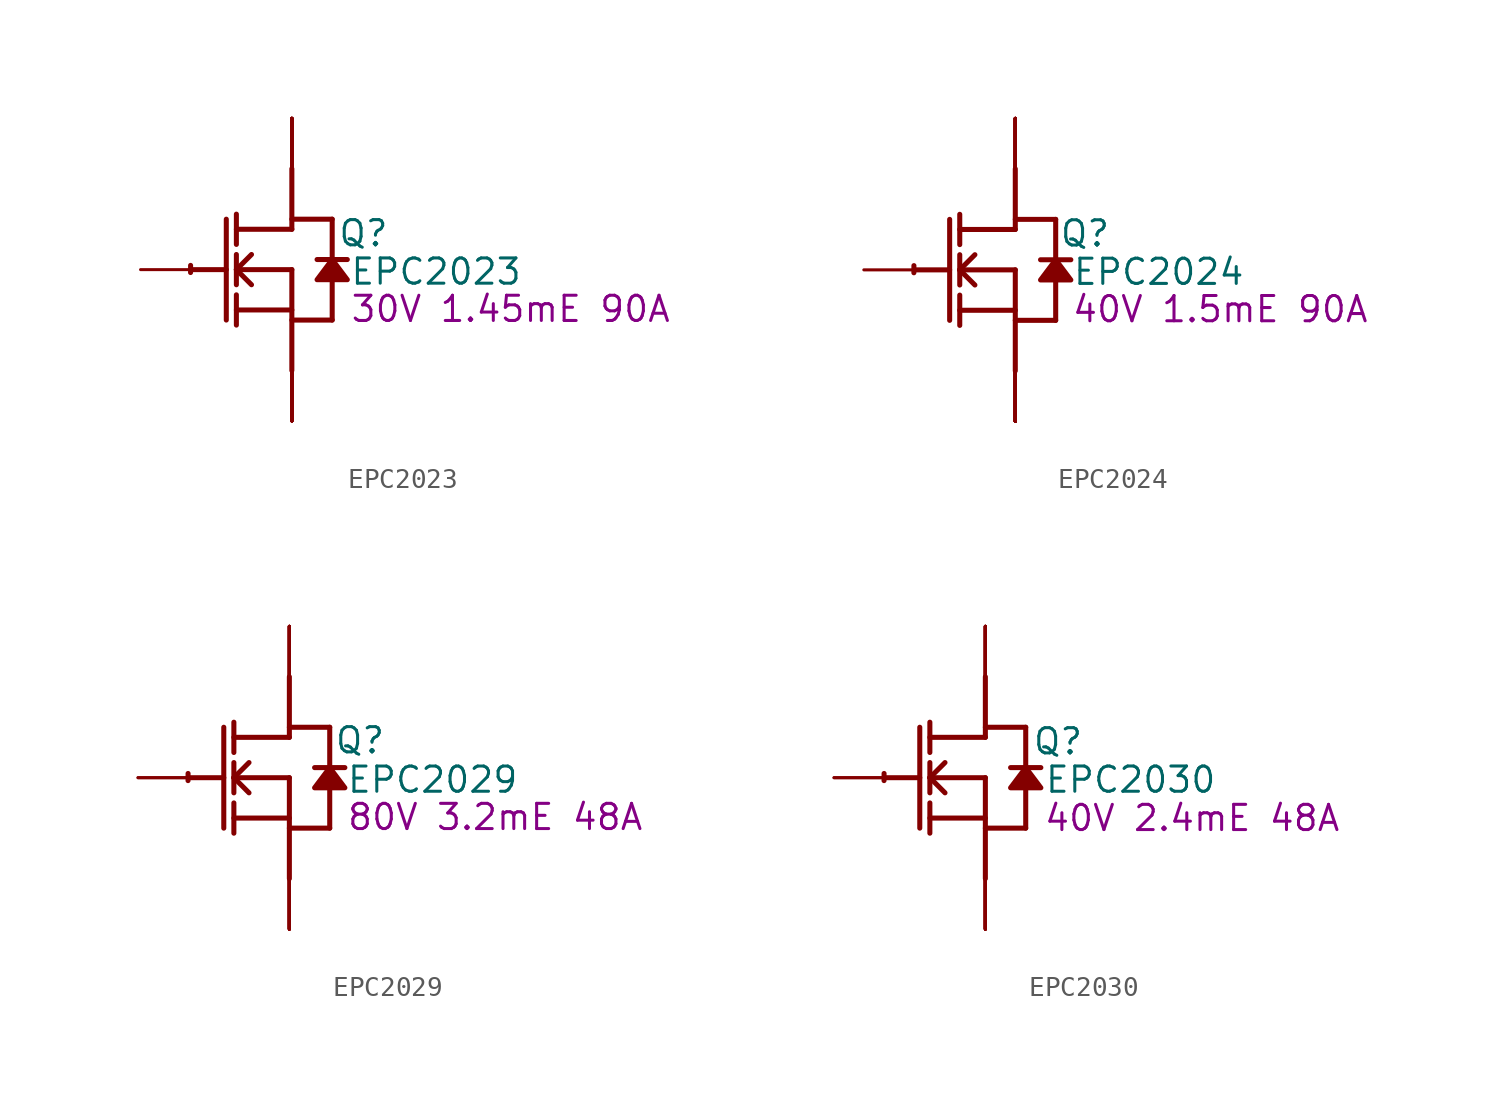
<source format=kicad_sym>
(kicad_symbol_lib
  (version 20231120)
  (generator "kicad_symbol_editor")
  (generator_version "8.0")
  (symbol "EPC2023"
    (property "Reference" "Q"
      (at 3.607 1.829 0)
      (effects (font (size 1.27 1.27))))
    (property "Value" "EPC2023"
      (at 7.264 -0.102 0)
      (effects (font (size 1.27 1.27))))
    (property "Description" "30V 1.45mE 90A"
      (at 11.024 -1.981 0)
      (effects (font (size 1.27 1.27))))
    (symbol "EPC2023_1_0"
      (arc (start -5.0996 0.2128) (mid -5.1039 0.0331) (end -5.1019 -0.1467) (stroke (width 0.254) (type solid)) (fill (type none)))
      (polyline (pts (xy -5.08 0) (xy -3.302 0)) (stroke (width 0.254) (type solid)) (fill (type none)))
      (polyline (pts (xy -3.302 2.54) (xy -3.302 -2.54)) (stroke (width 0.254) (type solid)) (fill (type none)))
      (polyline (pts (xy -2.794 -2.794) (xy -2.794 -1.27)) (stroke (width 0.254) (type solid)) (fill (type none)))
      (polyline (pts (xy -2.794 -2.032) (xy 0 -2.032)) (stroke (width 0.254) (type solid)) (fill (type none)))
      (polyline (pts (xy -2.794 -0.762) (xy -2.794 0.762)) (stroke (width 0.254) (type solid)) (fill (type none)))
      (polyline (pts (xy -2.794 0) (xy -2.032 0.762)) (stroke (width 0.254) (type solid)) (fill (type none)))
      (polyline (pts (xy -2.794 0) (xy 0 0)) (stroke (width 0.254) (type solid)) (fill (type none)))
      (polyline (pts (xy -2.794 1.27) (xy -2.794 2.794)) (stroke (width 0.254) (type solid)) (fill (type none)))
      (polyline (pts (xy -2.032 -0.762) (xy -2.794 0)) (stroke (width 0.254) (type solid)) (fill (type none)))
      (polyline (pts (xy 0 -2.54) (xy 2.032 -2.54)) (stroke (width 0.254) (type solid)) (fill (type none)))
      (polyline (pts (xy 0 0) (xy 0 -5.08)) (stroke (width 0.254) (type solid)) (fill (type none)))
      (polyline (pts (xy 0 2.032) (xy -2.794 2.032)) (stroke (width 0.254) (type solid)) (fill (type none)))
      (polyline (pts (xy 0 2.032) (xy 0 5.08)) (stroke (width 0.254) (type solid)) (fill (type none)))
      (polyline (pts (xy 0 2.54) (xy 2.032 2.54)) (stroke (width 0.254) (type solid)) (fill (type none)))
      (polyline (pts (xy 2.032 -0.508) (xy 2.032 -2.54)) (stroke (width 0.254) (type solid)) (fill (type none)))
      (polyline (pts (xy 2.032 2.54) (xy 2.032 0.508)) (stroke (width 0.254) (type solid)) (fill (type none)))
      (polyline (pts (xy 2.794 0.508) (xy 1.27 0.508)) (stroke (width 0.254) (type solid)) (fill (type none)))
      (polyline (pts (xy 2.032 0.508) (xy 1.27 -0.508) (xy 2.794 -0.508) (xy 2.032 0.508)) (stroke (width 0.254) (type solid)) (fill (type outline)))
      (pin passive line (at -7.62 0 0) (length 2.54) (name "G" (effects (font (size 0 0)))) (number "1" (effects (font (size 0 0)))))
      (pin open_emitter line (at 0 -7.62 90) (length 2.54) (name "S5" (effects (font (size 0 0)))) (number "10" (effects (font (size 0 0)))))
      (pin open_collector line (at 0 7.62 270) (length 2.54) (name "D5" (effects (font (size 0 0)))) (number "11" (effects (font (size 0 0)))))
      (pin open_collector line (at 0 7.62 270) (length 2.54) (name "D6" (effects (font (size 0 0)))) (number "12" (effects (font (size 0 0)))))
      (pin open_emitter line (at 0 -7.62 90) (length 2.54) (name "S6" (effects (font (size 0 0)))) (number "13" (effects (font (size 0 0)))))
      (pin open_emitter line (at 0 -7.62 90) (length 2.54) (name "S7" (effects (font (size 0 0)))) (number "14" (effects (font (size 0 0)))))
      (pin open_collector line (at 0 7.62 270) (length 2.54) (name "D7" (effects (font (size 0 0)))) (number "15" (effects (font (size 0 0)))))
      (pin open_collector line (at 0 7.62 270) (length 2.54) (name "D8" (effects (font (size 0 0)))) (number "16" (effects (font (size 0 0)))))
      (pin open_emitter line (at 0 -7.62 90) (length 2.54) (name "S8" (effects (font (size 0 0)))) (number "17" (effects (font (size 0 0)))))
      (pin open_emitter line (at 0 -7.62 90) (length 2.54) (name "S9" (effects (font (size 0 0)))) (number "18" (effects (font (size 0 0)))))
      (pin open_collector line (at 0 7.62 270) (length 2.54) (name "D9" (effects (font (size 0 0)))) (number "19" (effects (font (size 0 0)))))
      (pin open_emitter line (at 0 -7.62 90) (length 2.54) (name "S1" (effects (font (size 0 0)))) (number "2" (effects (font (size 0 0)))))
      (pin open_collector line (at 0 7.62 270) (length 2.54) (name "D10" (effects (font (size 0 0)))) (number "20" (effects (font (size 0 0)))))
      (pin open_emitter line (at 0 -7.62 90) (length 2.54) (name "S10" (effects (font (size 0 0)))) (number "21" (effects (font (size 0 0)))))
      (pin open_emitter line (at 0 -7.62 90) (length 2.54) (name "S11" (effects (font (size 0 0)))) (number "22" (effects (font (size 0 0)))))
      (pin open_collector line (at 0 7.62 270) (length 2.54) (name "D11" (effects (font (size 0 0)))) (number "23" (effects (font (size 0 0)))))
      (pin open_collector line (at 0 7.62 270) (length 2.54) (name "D12" (effects (font (size 0 0)))) (number "24" (effects (font (size 0 0)))))
      (pin open_emitter line (at 0 -7.62 90) (length 2.54) (name "S12" (effects (font (size 0 0)))) (number "25" (effects (font (size 0 0)))))
      (pin open_emitter line (at 0 -7.62 90) (length 2.54) (name "S13" (effects (font (size 0 0)))) (number "26" (effects (font (size 0 0)))))
      (pin open_collector line (at 0 7.62 270) (length 2.54) (name "D13" (effects (font (size 0 0)))) (number "27" (effects (font (size 0 0)))))
      (pin open_collector line (at 0 7.62 270) (length 2.54) (name "D14" (effects (font (size 0 0)))) (number "28" (effects (font (size 0 0)))))
      (pin open_emitter line (at 0 -7.62 90) (length 2.54) (name "S14" (effects (font (size 0 0)))) (number "29" (effects (font (size 0 0)))))
      (pin open_collector line (at 0 7.62 270) (length 2.54) (name "D1" (effects (font (size 0 0)))) (number "3" (effects (font (size 0 0)))))
      (pin open_emitter line (at 0 -7.62 90) (length 2.54) (name "Sub" (effects (font (size 0 0)))) (number "30" (effects (font (size 0 0)))))
      (pin open_collector line (at 0 7.62 270) (length 2.54) (name "D2" (effects (font (size 0 0)))) (number "4" (effects (font (size 0 0)))))
      (pin open_emitter line (at 0 -7.62 90) (length 2.54) (name "S2" (effects (font (size 0 0)))) (number "5" (effects (font (size 0 0)))))
      (pin open_emitter line (at 0 -7.62 90) (length 2.54) (name "S3" (effects (font (size 0 0)))) (number "6" (effects (font (size 0 0)))))
      (pin open_collector line (at 0 7.62 270) (length 2.54) (name "D3" (effects (font (size 0 0)))) (number "7" (effects (font (size 0 0)))))
      (pin open_collector line (at 0 7.62 270) (length 2.54) (name "D4" (effects (font (size 0 0)))) (number "8" (effects (font (size 0 0)))))
      (pin open_emitter line (at 0 -7.62 90) (length 2.54) (name "S4" (effects (font (size 0 0)))) (number "9" (effects (font (size 0 0)))))))
  (symbol "EPC2024"
    (property "Reference" "Q"
      (at 3.505 1.829 0)
      (effects (font (size 1.27 1.27))))
    (property "Value" "EPC2024"
      (at 7.214 -0.102 0)
      (effects (font (size 1.27 1.27))))
    (property "Description" "40V 1.5mE 90A"
      (at 10.312 -1.981 0)
      (effects (font (size 1.27 1.27))))
    (symbol "EPC2024_1_0"
      (arc (start -5.0996 0.2128) (mid -5.1039 0.0331) (end -5.1019 -0.1467) (stroke (width 0.254) (type solid)) (fill (type none)))
      (polyline (pts (xy -5.08 0) (xy -3.302 0)) (stroke (width 0.254) (type solid)) (fill (type none)))
      (polyline (pts (xy -3.302 2.54) (xy -3.302 -2.54)) (stroke (width 0.254) (type solid)) (fill (type none)))
      (polyline (pts (xy -2.794 -2.794) (xy -2.794 -1.27)) (stroke (width 0.254) (type solid)) (fill (type none)))
      (polyline (pts (xy -2.794 -2.032) (xy 0 -2.032)) (stroke (width 0.254) (type solid)) (fill (type none)))
      (polyline (pts (xy -2.794 -0.762) (xy -2.794 0.762)) (stroke (width 0.254) (type solid)) (fill (type none)))
      (polyline (pts (xy -2.794 0) (xy -2.032 0.762)) (stroke (width 0.254) (type solid)) (fill (type none)))
      (polyline (pts (xy -2.794 0) (xy 0 0)) (stroke (width 0.254) (type solid)) (fill (type none)))
      (polyline (pts (xy -2.794 1.27) (xy -2.794 2.794)) (stroke (width 0.254) (type solid)) (fill (type none)))
      (polyline (pts (xy -2.032 -0.762) (xy -2.794 0)) (stroke (width 0.254) (type solid)) (fill (type none)))
      (polyline (pts (xy 0 -2.54) (xy 2.032 -2.54)) (stroke (width 0.254) (type solid)) (fill (type none)))
      (polyline (pts (xy 0 0) (xy 0 -5.08)) (stroke (width 0.254) (type solid)) (fill (type none)))
      (polyline (pts (xy 0 2.032) (xy -2.794 2.032)) (stroke (width 0.254) (type solid)) (fill (type none)))
      (polyline (pts (xy 0 2.032) (xy 0 5.08)) (stroke (width 0.254) (type solid)) (fill (type none)))
      (polyline (pts (xy 0 2.54) (xy 2.032 2.54)) (stroke (width 0.254) (type solid)) (fill (type none)))
      (polyline (pts (xy 2.032 -0.508) (xy 2.032 -2.54)) (stroke (width 0.254) (type solid)) (fill (type none)))
      (polyline (pts (xy 2.032 2.54) (xy 2.032 0.508)) (stroke (width 0.254) (type solid)) (fill (type none)))
      (polyline (pts (xy 2.794 0.508) (xy 1.27 0.508)) (stroke (width 0.254) (type solid)) (fill (type none)))
      (polyline (pts (xy 2.032 0.508) (xy 1.27 -0.508) (xy 2.794 -0.508) (xy 2.032 0.508)) (stroke (width 0.254) (type solid)) (fill (type outline)))
      (pin passive line (at -7.62 0 0) (length 2.54) (name "G" (effects (font (size 0 0)))) (number "1" (effects (font (size 0 0)))))
      (pin open_emitter line (at 0 -7.62 90) (length 2.54) (name "S5" (effects (font (size 0 0)))) (number "10" (effects (font (size 0 0)))))
      (pin open_collector line (at 0 7.62 270) (length 2.54) (name "D5" (effects (font (size 0 0)))) (number "11" (effects (font (size 0 0)))))
      (pin open_collector line (at 0 7.62 270) (length 2.54) (name "D6" (effects (font (size 0 0)))) (number "12" (effects (font (size 0 0)))))
      (pin open_emitter line (at 0 -7.62 90) (length 2.54) (name "S6" (effects (font (size 0 0)))) (number "13" (effects (font (size 0 0)))))
      (pin open_emitter line (at 0 -7.62 90) (length 2.54) (name "S7" (effects (font (size 0 0)))) (number "14" (effects (font (size 0 0)))))
      (pin open_collector line (at 0 7.62 270) (length 2.54) (name "D7" (effects (font (size 0 0)))) (number "15" (effects (font (size 0 0)))))
      (pin open_collector line (at 0 7.62 270) (length 2.54) (name "D8" (effects (font (size 0 0)))) (number "16" (effects (font (size 0 0)))))
      (pin open_emitter line (at 0 -7.62 90) (length 2.54) (name "S8" (effects (font (size 0 0)))) (number "17" (effects (font (size 0 0)))))
      (pin open_emitter line (at 0 -7.62 90) (length 2.54) (name "S9" (effects (font (size 0 0)))) (number "18" (effects (font (size 0 0)))))
      (pin open_collector line (at 0 7.62 270) (length 2.54) (name "D9" (effects (font (size 0 0)))) (number "19" (effects (font (size 0 0)))))
      (pin open_emitter line (at 0 -7.62 90) (length 2.54) (name "S1" (effects (font (size 0 0)))) (number "2" (effects (font (size 0 0)))))
      (pin open_collector line (at 0 7.62 270) (length 2.54) (name "D10" (effects (font (size 0 0)))) (number "20" (effects (font (size 0 0)))))
      (pin open_emitter line (at 0 -7.62 90) (length 2.54) (name "S10" (effects (font (size 0 0)))) (number "21" (effects (font (size 0 0)))))
      (pin open_emitter line (at 0 -7.62 90) (length 2.54) (name "S11" (effects (font (size 0 0)))) (number "22" (effects (font (size 0 0)))))
      (pin open_collector line (at 0 7.62 270) (length 2.54) (name "D11" (effects (font (size 0 0)))) (number "23" (effects (font (size 0 0)))))
      (pin open_collector line (at 0 7.62 270) (length 2.54) (name "D12" (effects (font (size 0 0)))) (number "24" (effects (font (size 0 0)))))
      (pin open_emitter line (at 0 -7.62 90) (length 2.54) (name "S12" (effects (font (size 0 0)))) (number "25" (effects (font (size 0 0)))))
      (pin open_emitter line (at 0 -7.62 90) (length 2.54) (name "S13" (effects (font (size 0 0)))) (number "26" (effects (font (size 0 0)))))
      (pin open_collector line (at 0 7.62 270) (length 2.54) (name "D13" (effects (font (size 0 0)))) (number "27" (effects (font (size 0 0)))))
      (pin open_collector line (at 0 7.62 270) (length 2.54) (name "D14" (effects (font (size 0 0)))) (number "28" (effects (font (size 0 0)))))
      (pin open_emitter line (at 0 -7.62 90) (length 2.54) (name "S14" (effects (font (size 0 0)))) (number "29" (effects (font (size 0 0)))))
      (pin open_collector line (at 0 7.62 270) (length 2.54) (name "D1" (effects (font (size 0 0)))) (number "3" (effects (font (size 0 0)))))
      (pin open_emitter line (at 0 -7.62 90) (length 2.54) (name "Sub" (effects (font (size 0 0)))) (number "30" (effects (font (size 0 0)))))
      (pin open_collector line (at 0 7.62 270) (length 2.54) (name "D2" (effects (font (size 0 0)))) (number "4" (effects (font (size 0 0)))))
      (pin open_emitter line (at 0 -7.62 90) (length 2.54) (name "S2" (effects (font (size 0 0)))) (number "5" (effects (font (size 0 0)))))
      (pin open_emitter line (at 0 -7.62 90) (length 2.54) (name "S3" (effects (font (size 0 0)))) (number "6" (effects (font (size 0 0)))))
      (pin open_collector line (at 0 7.62 270) (length 2.54) (name "D3" (effects (font (size 0 0)))) (number "7" (effects (font (size 0 0)))))
      (pin open_collector line (at 0 7.62 270) (length 2.54) (name "D4" (effects (font (size 0 0)))) (number "8" (effects (font (size 0 0)))))
      (pin open_emitter line (at 0 -7.62 90) (length 2.54) (name "S4" (effects (font (size 0 0)))) (number "9" (effects (font (size 0 0)))))))
  (symbol "EPC2029"
    (property "Reference" "Q"
      (at 3.556 1.88 0)
      (effects (font (size 1.27 1.27))))
    (property "Value" "EPC2029"
      (at 7.214 -0.102 0)
      (effects (font (size 1.27 1.27))))
    (property "Description" "80V 3.2mE 48A"
      (at 10.363 -1.981 0)
      (effects (font (size 1.27 1.27))))
    (symbol "EPC2029_1_0"
      (arc (start -5.0996 0.2128) (mid -5.1039 0.0331) (end -5.1019 -0.1467) (stroke (width 0.254) (type solid)) (fill (type none)))
      (polyline (pts (xy -5.08 0) (xy -3.302 0)) (stroke (width 0.254) (type solid)) (fill (type none)))
      (polyline (pts (xy -3.302 2.54) (xy -3.302 -2.54)) (stroke (width 0.254) (type solid)) (fill (type none)))
      (polyline (pts (xy -2.794 -2.794) (xy -2.794 -1.27)) (stroke (width 0.254) (type solid)) (fill (type none)))
      (polyline (pts (xy -2.794 -2.032) (xy 0 -2.032)) (stroke (width 0.254) (type solid)) (fill (type none)))
      (polyline (pts (xy -2.794 -0.762) (xy -2.794 0.762)) (stroke (width 0.254) (type solid)) (fill (type none)))
      (polyline (pts (xy -2.794 0) (xy -2.032 0.762)) (stroke (width 0.254) (type solid)) (fill (type none)))
      (polyline (pts (xy -2.794 0) (xy 0 0)) (stroke (width 0.254) (type solid)) (fill (type none)))
      (polyline (pts (xy -2.794 1.27) (xy -2.794 2.794)) (stroke (width 0.254) (type solid)) (fill (type none)))
      (polyline (pts (xy -2.032 -0.762) (xy -2.794 0)) (stroke (width 0.254) (type solid)) (fill (type none)))
      (polyline (pts (xy 0 -2.54) (xy 2.032 -2.54)) (stroke (width 0.254) (type solid)) (fill (type none)))
      (polyline (pts (xy 0 0) (xy 0 -5.08)) (stroke (width 0.254) (type solid)) (fill (type none)))
      (polyline (pts (xy 0 2.032) (xy -2.794 2.032)) (stroke (width 0.254) (type solid)) (fill (type none)))
      (polyline (pts (xy 0 2.032) (xy 0 5.08)) (stroke (width 0.254) (type solid)) (fill (type none)))
      (polyline (pts (xy 0 2.54) (xy 2.032 2.54)) (stroke (width 0.254) (type solid)) (fill (type none)))
      (polyline (pts (xy 2.032 -0.508) (xy 2.032 -2.54)) (stroke (width 0.254) (type solid)) (fill (type none)))
      (polyline (pts (xy 2.032 2.54) (xy 2.032 0.508)) (stroke (width 0.254) (type solid)) (fill (type none)))
      (polyline (pts (xy 2.794 0.508) (xy 1.27 0.508)) (stroke (width 0.254) (type solid)) (fill (type none)))
      (polyline (pts (xy 2.032 0.508) (xy 1.27 -0.508) (xy 2.794 -0.508) (xy 2.032 0.508)) (stroke (width 0.254) (type solid)) (fill (type outline)))
      (pin passive line (at -7.62 0 0) (length 2.54) (name "G" (effects (font (size 0 0)))) (number "1" (effects (font (size 0 0)))))
      (pin open_emitter line (at 0 -7.62 90) (length 2.54) (name "S3" (effects (font (size 0 0)))) (number "10" (effects (font (size 0 0)))))
      (pin open_emitter line (at 0 -7.62 90) (length 2.54) (name "S4" (effects (font (size 0 0)))) (number "11" (effects (font (size 0 0)))))
      (pin open_emitter line (at 0 -7.62 90) (length 2.54) (name "Sub" (effects (font (size 0 0)))) (number "12" (effects (font (size 0 0)))))
      (pin open_emitter line (at 0 -7.62 90) (length 2.54) (name "S5" (effects (font (size 0 0)))) (number "13" (effects (font (size 0 0)))))
      (pin open_emitter line (at 0 -7.62 90) (length 2.54) (name "S6" (effects (font (size 0 0)))) (number "14" (effects (font (size 0 0)))))
      (pin open_collector line (at 0 7.62 270) (length 2.54) (name "D6" (effects (font (size 0 0)))) (number "15" (effects (font (size 0 0)))))
      (pin open_collector line (at 0 7.62 270) (length 2.54) (name "D7" (effects (font (size 0 0)))) (number "16" (effects (font (size 0 0)))))
      (pin open_collector line (at 0 7.62 270) (length 2.54) (name "D8" (effects (font (size 0 0)))) (number "17" (effects (font (size 0 0)))))
      (pin open_collector line (at 0 7.62 270) (length 2.54) (name "D9" (effects (font (size 0 0)))) (number "18" (effects (font (size 0 0)))))
      (pin open_collector line (at 0 7.62 270) (length 2.54) (name "D10" (effects (font (size 0 0)))) (number "19" (effects (font (size 0 0)))))
      (pin passive line (at -7.62 0 0) (length 2.54) (name "G" (effects (font (size 0 0)))) (number "2" (effects (font (size 0 0)))))
      (pin open_emitter line (at 0 -7.62 90) (length 2.54) (name "S7" (effects (font (size 0 0)))) (number "20" (effects (font (size 0 0)))))
      (pin open_emitter line (at 0 -7.62 90) (length 2.54) (name "S8" (effects (font (size 0 0)))) (number "21" (effects (font (size 0 0)))))
      (pin open_emitter line (at 0 -7.62 90) (length 2.54) (name "S9" (effects (font (size 0 0)))) (number "22" (effects (font (size 0 0)))))
      (pin open_emitter line (at 0 -7.62 90) (length 2.54) (name "S10" (effects (font (size 0 0)))) (number "23" (effects (font (size 0 0)))))
      (pin open_emitter line (at 0 -7.62 90) (length 2.54) (name "S11" (effects (font (size 0 0)))) (number "24" (effects (font (size 0 0)))))
      (pin open_emitter line (at 0 -7.62 90) (length 2.54) (name "S1" (effects (font (size 0 0)))) (number "3" (effects (font (size 0 0)))))
      (pin open_emitter line (at 0 -7.62 90) (length 2.54) (name "S2" (effects (font (size 0 0)))) (number "4" (effects (font (size 0 0)))))
      (pin open_collector line (at 0 7.62 270) (length 2.54) (name "D1" (effects (font (size 0 0)))) (number "5" (effects (font (size 0 0)))))
      (pin open_collector line (at 0 7.62 270) (length 2.54) (name "D2" (effects (font (size 0 0)))) (number "6" (effects (font (size 0 0)))))
      (pin open_collector line (at 0 7.62 270) (length 2.54) (name "D3" (effects (font (size 0 0)))) (number "7" (effects (font (size 0 0)))))
      (pin open_collector line (at 0 7.62 270) (length 2.54) (name "D4" (effects (font (size 0 0)))) (number "8" (effects (font (size 0 0)))))
      (pin open_collector line (at 0 7.62 270) (length 2.54) (name "D5" (effects (font (size 0 0)))) (number "9" (effects (font (size 0 0)))))))
  (symbol "EPC2030"
    (property "Reference" "Q"
      (at 3.658 1.829 0)
      (effects (font (size 1.27 1.27))))
    (property "Value" "EPC2030"
      (at 7.315 -0.102 0)
      (effects (font (size 1.27 1.27))))
    (property "Description" "40V 2.4mE 48A"
      (at 10.414 -2.032 0)
      (effects (font (size 1.27 1.27))))
    (symbol "EPC2030_1_0"
      (arc (start -5.0996 0.2128) (mid -5.1039 0.0331) (end -5.1019 -0.1467) (stroke (width 0.254) (type solid)) (fill (type none)))
      (polyline (pts (xy -5.08 0) (xy -3.302 0)) (stroke (width 0.254) (type solid)) (fill (type none)))
      (polyline (pts (xy -3.302 2.54) (xy -3.302 -2.54)) (stroke (width 0.254) (type solid)) (fill (type none)))
      (polyline (pts (xy -2.794 -2.794) (xy -2.794 -1.27)) (stroke (width 0.254) (type solid)) (fill (type none)))
      (polyline (pts (xy -2.794 -2.032) (xy 0 -2.032)) (stroke (width 0.254) (type solid)) (fill (type none)))
      (polyline (pts (xy -2.794 -0.762) (xy -2.794 0.762)) (stroke (width 0.254) (type solid)) (fill (type none)))
      (polyline (pts (xy -2.794 0) (xy -2.032 0.762)) (stroke (width 0.254) (type solid)) (fill (type none)))
      (polyline (pts (xy -2.794 0) (xy 0 0)) (stroke (width 0.254) (type solid)) (fill (type none)))
      (polyline (pts (xy -2.794 1.27) (xy -2.794 2.794)) (stroke (width 0.254) (type solid)) (fill (type none)))
      (polyline (pts (xy -2.032 -0.762) (xy -2.794 0)) (stroke (width 0.254) (type solid)) (fill (type none)))
      (polyline (pts (xy 0 -2.54) (xy 2.032 -2.54)) (stroke (width 0.254) (type solid)) (fill (type none)))
      (polyline (pts (xy 0 0) (xy 0 -5.08)) (stroke (width 0.254) (type solid)) (fill (type none)))
      (polyline (pts (xy 0 2.032) (xy -2.794 2.032)) (stroke (width 0.254) (type solid)) (fill (type none)))
      (polyline (pts (xy 0 2.032) (xy 0 5.08)) (stroke (width 0.254) (type solid)) (fill (type none)))
      (polyline (pts (xy 0 2.54) (xy 2.032 2.54)) (stroke (width 0.254) (type solid)) (fill (type none)))
      (polyline (pts (xy 2.032 -0.508) (xy 2.032 -2.54)) (stroke (width 0.254) (type solid)) (fill (type none)))
      (polyline (pts (xy 2.032 2.54) (xy 2.032 0.508)) (stroke (width 0.254) (type solid)) (fill (type none)))
      (polyline (pts (xy 2.794 0.508) (xy 1.27 0.508)) (stroke (width 0.254) (type solid)) (fill (type none)))
      (polyline (pts (xy 2.032 0.508) (xy 1.27 -0.508) (xy 2.794 -0.508) (xy 2.032 0.508)) (stroke (width 0.254) (type solid)) (fill (type outline)))
      (pin passive line (at -7.62 0 0) (length 2.54) (name "G" (effects (font (size 0 0)))) (number "1" (effects (font (size 0 0)))))
      (pin open_emitter line (at 0 -7.62 90) (length 2.54) (name "S3" (effects (font (size 0 0)))) (number "10" (effects (font (size 0 0)))))
      (pin open_emitter line (at 0 -7.62 90) (length 2.54) (name "S4" (effects (font (size 0 0)))) (number "11" (effects (font (size 0 0)))))
      (pin open_emitter line (at 0 -7.62 90) (length 2.54) (name "Sub" (effects (font (size 0 0)))) (number "12" (effects (font (size 0 0)))))
      (pin open_emitter line (at 0 -7.62 90) (length 2.54) (name "S5" (effects (font (size 0 0)))) (number "13" (effects (font (size 0 0)))))
      (pin open_emitter line (at 0 -7.62 90) (length 2.54) (name "S6" (effects (font (size 0 0)))) (number "14" (effects (font (size 0 0)))))
      (pin open_collector line (at 0 7.62 270) (length 2.54) (name "D6" (effects (font (size 0 0)))) (number "15" (effects (font (size 0 0)))))
      (pin open_collector line (at 0 7.62 270) (length 2.54) (name "D7" (effects (font (size 0 0)))) (number "16" (effects (font (size 0 0)))))
      (pin open_collector line (at 0 7.62 270) (length 2.54) (name "D8" (effects (font (size 0 0)))) (number "17" (effects (font (size 0 0)))))
      (pin open_collector line (at 0 7.62 270) (length 2.54) (name "D9" (effects (font (size 0 0)))) (number "18" (effects (font (size 0 0)))))
      (pin open_collector line (at 0 7.62 270) (length 2.54) (name "D10" (effects (font (size 0 0)))) (number "19" (effects (font (size 0 0)))))
      (pin passive line (at -7.62 0 0) (length 2.54) (name "G" (effects (font (size 0 0)))) (number "2" (effects (font (size 0 0)))))
      (pin open_emitter line (at 0 -7.62 90) (length 2.54) (name "S7" (effects (font (size 0 0)))) (number "20" (effects (font (size 0 0)))))
      (pin open_emitter line (at 0 -7.62 90) (length 2.54) (name "S8" (effects (font (size 0 0)))) (number "21" (effects (font (size 0 0)))))
      (pin open_emitter line (at 0 -7.62 90) (length 2.54) (name "S9" (effects (font (size 0 0)))) (number "22" (effects (font (size 0 0)))))
      (pin open_emitter line (at 0 -7.62 90) (length 2.54) (name "S10" (effects (font (size 0 0)))) (number "23" (effects (font (size 0 0)))))
      (pin open_emitter line (at 0 -7.62 90) (length 2.54) (name "S11" (effects (font (size 0 0)))) (number "24" (effects (font (size 0 0)))))
      (pin open_emitter line (at 0 -7.62 90) (length 2.54) (name "S1" (effects (font (size 0 0)))) (number "3" (effects (font (size 0 0)))))
      (pin open_emitter line (at 0 -7.62 90) (length 2.54) (name "S2" (effects (font (size 0 0)))) (number "4" (effects (font (size 0 0)))))
      (pin open_collector line (at 0 7.62 270) (length 2.54) (name "D1" (effects (font (size 0 0)))) (number "5" (effects (font (size 0 0)))))
      (pin open_collector line (at 0 7.62 270) (length 2.54) (name "D2" (effects (font (size 0 0)))) (number "6" (effects (font (size 0 0)))))
      (pin open_collector line (at 0 7.62 270) (length 2.54) (name "D3" (effects (font (size 0 0)))) (number "7" (effects (font (size 0 0)))))
      (pin open_collector line (at 0 7.62 270) (length 2.54) (name "D4" (effects (font (size 0 0)))) (number "8" (effects (font (size 0 0)))))
      (pin open_collector line (at 0 7.62 270) (length 2.54) (name "D5" (effects (font (size 0 0)))) (number "9" (effects (font (size 0 0))))))))
</source>
